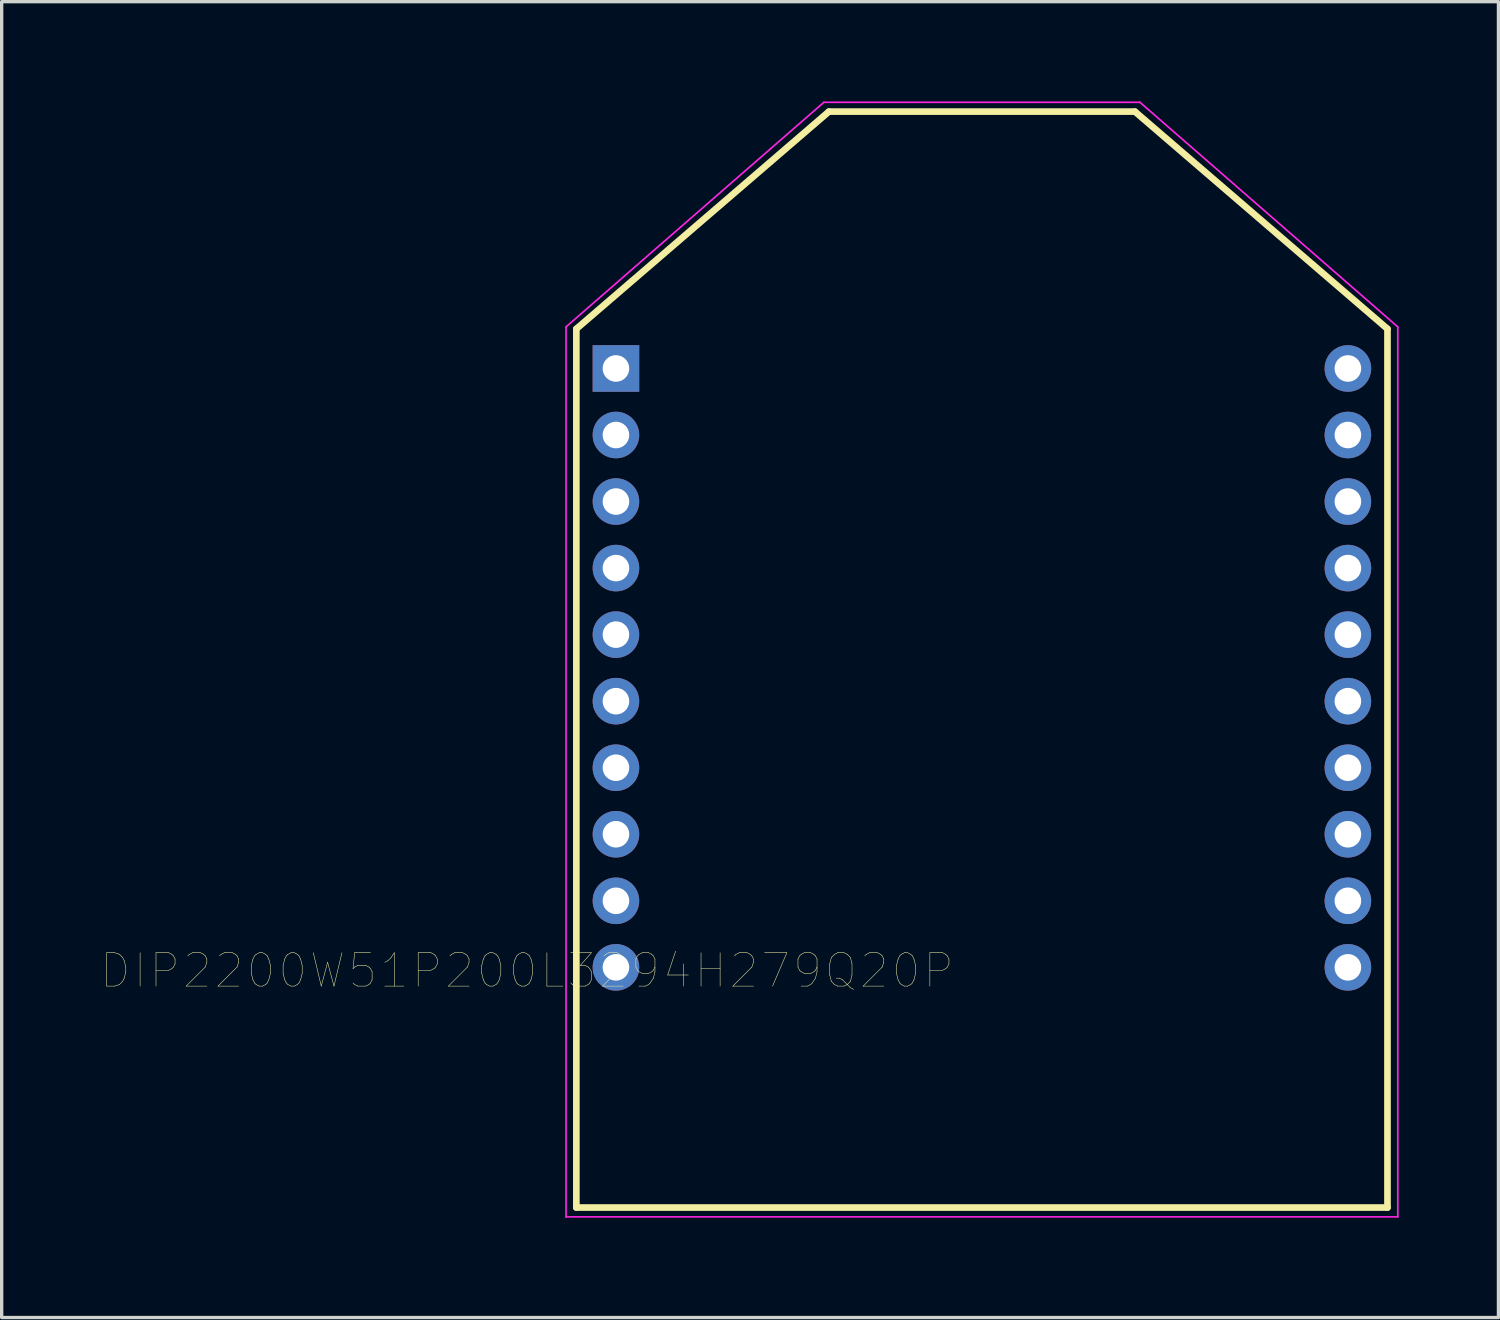
<source format=kicad_pcb>
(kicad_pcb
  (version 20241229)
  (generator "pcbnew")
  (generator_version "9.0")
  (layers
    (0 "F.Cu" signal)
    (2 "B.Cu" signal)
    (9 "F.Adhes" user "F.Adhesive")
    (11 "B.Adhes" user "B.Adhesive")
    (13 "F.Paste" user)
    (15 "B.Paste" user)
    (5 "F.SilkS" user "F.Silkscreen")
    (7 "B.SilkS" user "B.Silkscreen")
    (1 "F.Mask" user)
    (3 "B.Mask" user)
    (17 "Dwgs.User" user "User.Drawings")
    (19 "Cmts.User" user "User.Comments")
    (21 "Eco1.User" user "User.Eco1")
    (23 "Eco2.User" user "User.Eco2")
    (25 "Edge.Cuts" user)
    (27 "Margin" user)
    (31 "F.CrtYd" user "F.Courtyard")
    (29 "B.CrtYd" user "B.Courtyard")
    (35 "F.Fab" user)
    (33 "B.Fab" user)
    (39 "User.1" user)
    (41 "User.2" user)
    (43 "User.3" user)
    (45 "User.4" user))
  (footprint "DIP2200W51P200L3294H279Q20P"
    (layer "F.Cu")
    (at 26.463 16.775)
    (property "Reference" "DIP2200W51P200L3294H279Q20P" (at -13.672 9.351 180) (layer "F.SilkS") (effects (font (size 1.003 1.003) (thickness 0.015))))
    (attr through_hole)
    (fp_line (start -12.19 -9.94) (end -4.6 -16.47) (stroke (width 0.2) (type solid)) (layer "F.SilkS"))
    (fp_line (start -12.19 16.47) (end -12.19 -9.94) (stroke (width 0.2) (type solid)) (layer "F.SilkS"))
    (fp_line (start -4.6 -16.47) (end 4.6 -16.47) (stroke (width 0.2) (type solid)) (layer "F.SilkS"))
    (fp_line (start 12.19 -9.94) (end 4.6 -16.47) (stroke (width 0.2) (type solid)) (layer "F.SilkS"))
    (fp_line (start 12.19 -9.94) (end 12.19 16.47) (stroke (width 0.2) (type solid)) (layer "F.SilkS"))
    (fp_line (start 12.19 16.47) (end -12.19 16.47) (stroke (width 0.2) (type solid)) (layer "F.SilkS"))
    (fp_line (start -12.5 -10) (end -4.75 -16.75) (stroke (width 0.05) (type solid)) (layer "F.CrtYd"))
    (fp_line (start -12.5 16.75) (end -12.5 -10) (stroke (width 0.05) (type solid)) (layer "F.CrtYd"))
    (fp_line (start -4.75 -16.75) (end 4.75 -16.75) (stroke (width 0.05) (type solid)) (layer "F.CrtYd"))
    (fp_line (start 4.75 -16.75) (end 12.5 -10) (stroke (width 0.05) (type solid)) (layer "F.CrtYd"))
    (fp_line (start 12.5 -10) (end 12.5 16.75) (stroke (width 0.05) (type solid)) (layer "F.CrtYd"))
    (fp_line (start 12.5 16.75) (end -12.5 16.75) (stroke (width 0.05) (type solid)) (layer "F.CrtYd"))
    (pad "1" thru_hole rect (at -11 -8.75) (size 1.4 1.4) (drill 0.8) (layers "*.Cu" "*.Mask"))
    (pad "2" thru_hole circle (at -11 -6.75) (size 1.4 1.4) (drill 0.8) (layers "*.Cu" "*.Mask"))
    (pad "3" thru_hole circle (at -11 -4.75) (size 1.4 1.4) (drill 0.8) (layers "*.Cu" "*.Mask"))
    (pad "4" thru_hole circle (at -11 -2.75) (size 1.4 1.4) (drill 0.8) (layers "*.Cu" "*.Mask"))
    (pad "5" thru_hole circle (at -11 -0.75) (size 1.4 1.4) (drill 0.8) (layers "*.Cu" "*.Mask"))
    (pad "6" thru_hole circle (at -11 1.25) (size 1.4 1.4) (drill 0.8) (layers "*.Cu" "*.Mask"))
    (pad "7" thru_hole circle (at -11 3.25) (size 1.4 1.4) (drill 0.8) (layers "*.Cu" "*.Mask"))
    (pad "8" thru_hole circle (at -11 5.25) (size 1.4 1.4) (drill 0.8) (layers "*.Cu" "*.Mask"))
    (pad "9" thru_hole circle (at -11 7.25) (size 1.4 1.4) (drill 0.8) (layers "*.Cu" "*.Mask"))
    (pad "10" thru_hole circle (at -11 9.25) (size 1.4 1.4) (drill 0.8) (layers "*.Cu" "*.Mask"))
    (pad "11" thru_hole circle (at 11 9.25) (size 1.4 1.4) (drill 0.8) (layers "*.Cu" "*.Mask"))
    (pad "12" thru_hole circle (at 11 7.25) (size 1.4 1.4) (drill 0.8) (layers "*.Cu" "*.Mask"))
    (pad "13" thru_hole circle (at 11 5.25) (size 1.4 1.4) (drill 0.8) (layers "*.Cu" "*.Mask"))
    (pad "14" thru_hole circle (at 11 3.25) (size 1.4 1.4) (drill 0.8) (layers "*.Cu" "*.Mask"))
    (pad "15" thru_hole circle (at 11 1.25) (size 1.4 1.4) (drill 0.8) (layers "*.Cu" "*.Mask"))
    (pad "16" thru_hole circle (at 11 -0.75) (size 1.4 1.4) (drill 0.8) (layers "*.Cu" "*.Mask"))
    (pad "17" thru_hole circle (at 11 -2.75) (size 1.4 1.4) (drill 0.8) (layers "*.Cu" "*.Mask"))
    (pad "18" thru_hole circle (at 11 -4.75) (size 1.4 1.4) (drill 0.8) (layers "*.Cu" "*.Mask"))
    (pad "19" thru_hole circle (at 11 -6.75) (size 1.4 1.4) (drill 0.8) (layers "*.Cu" "*.Mask"))
    (pad "20" thru_hole circle (at 11 -8.75) (size 1.4 1.4) (drill 0.8) (layers "*.Cu" "*.Mask")))
  (gr_rect
    (start -3 -3)
    (end 41.988 36.55)
    (stroke (width 0.1) (type default))
    (fill no)
    (layer "Edge.Cuts")))
</source>
